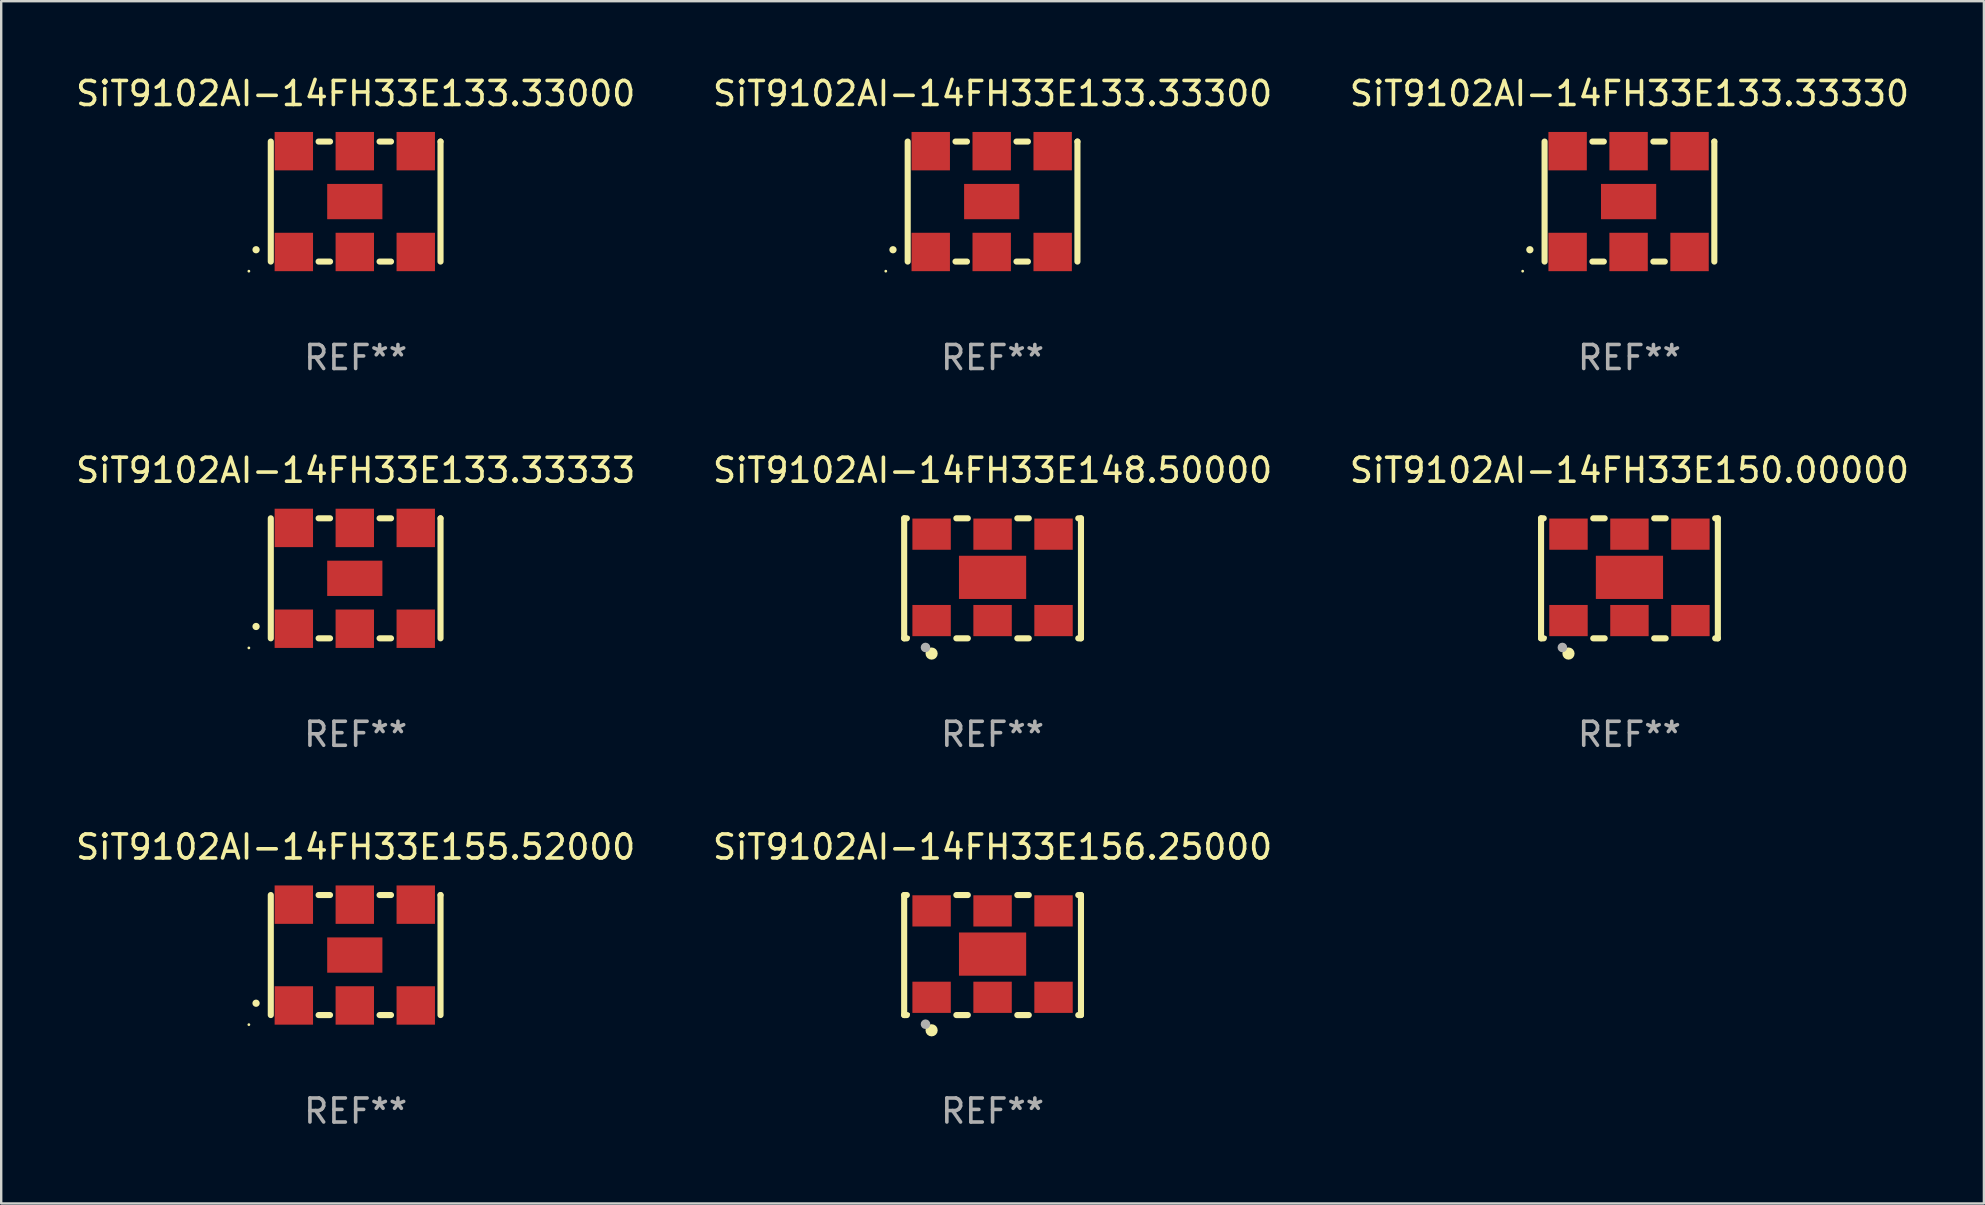
<source format=kicad_pcb>
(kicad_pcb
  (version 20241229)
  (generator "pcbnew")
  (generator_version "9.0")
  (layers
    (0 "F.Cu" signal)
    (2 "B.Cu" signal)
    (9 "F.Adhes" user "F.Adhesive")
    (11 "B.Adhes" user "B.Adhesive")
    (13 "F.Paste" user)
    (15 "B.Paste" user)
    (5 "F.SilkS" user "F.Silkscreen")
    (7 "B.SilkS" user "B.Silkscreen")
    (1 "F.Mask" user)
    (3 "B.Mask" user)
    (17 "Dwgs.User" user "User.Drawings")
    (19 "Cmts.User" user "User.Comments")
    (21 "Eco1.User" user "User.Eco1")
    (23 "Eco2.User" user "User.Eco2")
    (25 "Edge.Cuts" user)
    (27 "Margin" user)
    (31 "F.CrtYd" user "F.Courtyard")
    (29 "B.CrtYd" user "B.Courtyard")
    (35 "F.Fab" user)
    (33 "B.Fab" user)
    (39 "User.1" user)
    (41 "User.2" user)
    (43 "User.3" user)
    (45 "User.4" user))
  (footprint "SiT9102AI-14FH33E133.33300"
    (layer "F.Cu")
    (at 38.304 5.348)
    (property "Reference" "SiT9102AI-14FH33E133.33300" (at 0 -4.5 0) (layer "F.SilkS") (effects (font (size 1 1) (thickness 0.15))))
    (attr through_hole)
    (fp_line (start -3.536 -2.5) (end -3.536 2.5) (stroke (width 0.254) (type solid)) (layer "F.SilkS"))
    (fp_line (start -1.544 2.5) (end -1.067 2.5) (stroke (width 0.254) (type solid)) (layer "F.SilkS"))
    (fp_line (start -1.067 -2.5) (end -1.544 -2.5) (stroke (width 0.254) (type solid)) (layer "F.SilkS"))
    (fp_line (start 0.996 2.5) (end 1.473 2.5) (stroke (width 0.254) (type solid)) (layer "F.SilkS"))
    (fp_line (start 1.473 -2.5) (end 0.996 -2.5) (stroke (width 0.254) (type solid)) (layer "F.SilkS"))
    (fp_line (start 3.536 -2.5) (end 3.536 -2.5) (stroke (width 0.254) (type solid)) (layer "F.SilkS"))
    (fp_line (start 3.536 2.5) (end 3.536 -2.5) (stroke (width 0.254) (type solid)) (layer "F.SilkS"))
    (fp_arc (start -4.150432 2.006604) (mid -4.149162 2.006599) (end -4.147892 2.006604) (stroke (width 0.3) (type solid)) (layer "F.SilkS"))
    (fp_circle (center -4.449 2.9) (end -4.419 2.9) (stroke (width 0.06) (type solid)) (fill no) (layer "F.SilkS"))
    (fp_text user "REF**" (at 0 6.5 0) (layer "F.Fab") (effects (font (size 1 1) (thickness 0.15))))
    (pad "1" smd rect (at -2.576 2.1) (size 1.6 1.6) (layers "F.Cu" "F.Mask" "F.Paste"))
    (pad "2" smd rect (at -0.036 2.1) (size 1.6 1.6) (layers "F.Cu" "F.Mask" "F.Paste"))
    (pad "3" smd rect (at 2.504 2.1) (size 1.6 1.6) (layers "F.Cu" "F.Mask" "F.Paste"))
    (pad "4" smd rect (at 2.504 -2.1) (size 1.6 1.6) (layers "F.Cu" "F.Mask" "F.Paste"))
    (pad "5" smd rect (at -0.036 -2.1) (size 1.6 1.6) (layers "F.Cu" "F.Mask" "F.Paste"))
    (pad "6" smd rect (at -2.576 -2.1) (size 1.6 1.6) (layers "F.Cu" "F.Mask" "F.Paste"))
    (pad "7" smd rect (at -0.036 0) (size 2.3 1.47) (layers "F.Cu" "F.Mask" "F.Paste")))
  (footprint "SiT9102AI-14FH33E133.33333"
    (layer "F.Cu")
    (at 11.768 21.045)
    (property "Reference" "SiT9102AI-14FH33E133.33333" (at 0 -4.5 0) (layer "F.SilkS") (effects (font (size 1 1) (thickness 0.15))))
    (attr through_hole)
    (fp_line (start -3.536 -2.5) (end -3.536 2.5) (stroke (width 0.254) (type solid)) (layer "F.SilkS"))
    (fp_line (start -1.544 2.5) (end -1.067 2.5) (stroke (width 0.254) (type solid)) (layer "F.SilkS"))
    (fp_line (start -1.067 -2.5) (end -1.544 -2.5) (stroke (width 0.254) (type solid)) (layer "F.SilkS"))
    (fp_line (start 0.996 2.5) (end 1.473 2.5) (stroke (width 0.254) (type solid)) (layer "F.SilkS"))
    (fp_line (start 1.473 -2.5) (end 0.996 -2.5) (stroke (width 0.254) (type solid)) (layer "F.SilkS"))
    (fp_line (start 3.536 -2.5) (end 3.536 -2.5) (stroke (width 0.254) (type solid)) (layer "F.SilkS"))
    (fp_line (start 3.536 2.5) (end 3.536 -2.5) (stroke (width 0.254) (type solid)) (layer "F.SilkS"))
    (fp_arc (start -4.150432 2.006604) (mid -4.149162 2.006599) (end -4.147892 2.006604) (stroke (width 0.3) (type solid)) (layer "F.SilkS"))
    (fp_circle (center -4.449 2.9) (end -4.419 2.9) (stroke (width 0.06) (type solid)) (fill no) (layer "F.SilkS"))
    (fp_text user "REF**" (at 0 6.5 0) (layer "F.Fab") (effects (font (size 1 1) (thickness 0.15))))
    (pad "1" smd rect (at -2.576 2.1) (size 1.6 1.6) (layers "F.Cu" "F.Mask" "F.Paste"))
    (pad "2" smd rect (at -0.036 2.1) (size 1.6 1.6) (layers "F.Cu" "F.Mask" "F.Paste"))
    (pad "3" smd rect (at 2.504 2.1) (size 1.6 1.6) (layers "F.Cu" "F.Mask" "F.Paste"))
    (pad "4" smd rect (at 2.504 -2.1) (size 1.6 1.6) (layers "F.Cu" "F.Mask" "F.Paste"))
    (pad "5" smd rect (at -0.036 -2.1) (size 1.6 1.6) (layers "F.Cu" "F.Mask" "F.Paste"))
    (pad "6" smd rect (at -2.576 -2.1) (size 1.6 1.6) (layers "F.Cu" "F.Mask" "F.Paste"))
    (pad "7" smd rect (at -0.036 0) (size 2.3 1.47) (layers "F.Cu" "F.Mask" "F.Paste")))
  (footprint "SiT9102AI-14FH33E150.00000"
    (layer "F.Cu")
    (at 64.839 21.045)
    (property "Reference" "SiT9102AI-14FH33E150.00000" (at 0 -4.5 0) (layer "F.SilkS") (effects (font (size 1 1) (thickness 0.15))))
    (attr through_hole)
    (fp_line (start -3.683 -2.5) (end -3.571 -2.5) (stroke (width 0.254) (type solid)) (layer "F.SilkS"))
    (fp_line (start -3.683 2.5) (end -3.683 -2.5) (stroke (width 0.254) (type solid)) (layer "F.SilkS"))
    (fp_line (start -3.683 2.5) (end -3.571 2.5) (stroke (width 0.254) (type solid)) (layer "F.SilkS"))
    (fp_line (start -1.509 -2.5) (end -1.031 -2.5) (stroke (width 0.254) (type solid)) (layer "F.SilkS"))
    (fp_line (start -1.509 2.5) (end -1.031 2.5) (stroke (width 0.254) (type solid)) (layer "F.SilkS"))
    (fp_line (start 1.031 -2.5) (end 1.509 -2.5) (stroke (width 0.254) (type solid)) (layer "F.SilkS"))
    (fp_line (start 1.031 2.5) (end 1.509 2.5) (stroke (width 0.254) (type solid)) (layer "F.SilkS"))
    (fp_line (start 3.571 -2.5) (end 3.683 -2.5) (stroke (width 0.254) (type solid)) (layer "F.SilkS"))
    (fp_line (start 3.571 2.5) (end 3.683 2.5) (stroke (width 0.254) (type solid)) (layer "F.SilkS"))
    (fp_line (start 3.683 2.5) (end 3.683 -2.5) (stroke (width 0.254) (type solid)) (layer "F.SilkS"))
    (fp_circle (center -3.5 2.46) (end -3.47 2.46) (stroke (width 0.06) (type solid)) (fill no) (layer "F.SilkS"))
    (fp_circle (center -2.54 3.135) (end -2.413 3.135) (stroke (width 0.254) (type solid)) (fill no) (layer "F.SilkS"))
    (fp_circle (center -2.794 2.881) (end -2.694 2.881) (stroke (width 0.2) (type solid)) (fill no) (layer "F.Fab"))
    (fp_text user "REF**" (at 0 6.5 0) (layer "F.Fab") (effects (font (size 1 1) (thickness 0.15))))
    (pad "1" smd rect (at -2.54 1.76) (size 1.6 1.3) (layers "F.Cu" "F.Mask" "F.Paste"))
    (pad "2" smd rect (at 0 1.76) (size 1.6 1.3) (layers "F.Cu" "F.Mask" "F.Paste"))
    (pad "3" smd rect (at 2.54 1.76) (size 1.6 1.3) (layers "F.Cu" "F.Mask" "F.Paste"))
    (pad "4" smd rect (at 2.54 -1.84) (size 1.6 1.3) (layers "F.Cu" "F.Mask" "F.Paste"))
    (pad "5" smd rect (at 0 -1.84) (size 1.6 1.3) (layers "F.Cu" "F.Mask" "F.Paste"))
    (pad "6" smd rect (at -2.54 -1.84) (size 1.6 1.3) (layers "F.Cu" "F.Mask" "F.Paste"))
    (pad "7" smd rect (at 0 -0.04) (size 2.8 1.8) (layers "F.Cu" "F.Mask" "F.Paste")))
  (footprint "SiT9102AI-14FH33E156.25000"
    (layer "F.Cu")
    (at 38.304 36.741)
    (property "Reference" "SiT9102AI-14FH33E156.25000" (at 0 -4.5 0) (layer "F.SilkS") (effects (font (size 1 1) (thickness 0.15))))
    (attr through_hole)
    (fp_line (start -3.683 -2.5) (end -3.571 -2.5) (stroke (width 0.254) (type solid)) (layer "F.SilkS"))
    (fp_line (start -3.683 2.5) (end -3.683 -2.5) (stroke (width 0.254) (type solid)) (layer "F.SilkS"))
    (fp_line (start -3.683 2.5) (end -3.571 2.5) (stroke (width 0.254) (type solid)) (layer "F.SilkS"))
    (fp_line (start -1.509 -2.5) (end -1.031 -2.5) (stroke (width 0.254) (type solid)) (layer "F.SilkS"))
    (fp_line (start -1.509 2.5) (end -1.031 2.5) (stroke (width 0.254) (type solid)) (layer "F.SilkS"))
    (fp_line (start 1.031 -2.5) (end 1.509 -2.5) (stroke (width 0.254) (type solid)) (layer "F.SilkS"))
    (fp_line (start 1.031 2.5) (end 1.509 2.5) (stroke (width 0.254) (type solid)) (layer "F.SilkS"))
    (fp_line (start 3.571 -2.5) (end 3.683 -2.5) (stroke (width 0.254) (type solid)) (layer "F.SilkS"))
    (fp_line (start 3.571 2.5) (end 3.683 2.5) (stroke (width 0.254) (type solid)) (layer "F.SilkS"))
    (fp_line (start 3.683 2.5) (end 3.683 -2.5) (stroke (width 0.254) (type solid)) (layer "F.SilkS"))
    (fp_circle (center -3.5 2.46) (end -3.47 2.46) (stroke (width 0.06) (type solid)) (fill no) (layer "F.SilkS"))
    (fp_circle (center -2.54 3.135) (end -2.413 3.135) (stroke (width 0.254) (type solid)) (fill no) (layer "F.SilkS"))
    (fp_circle (center -2.794 2.881) (end -2.694 2.881) (stroke (width 0.2) (type solid)) (fill no) (layer "F.Fab"))
    (fp_text user "REF**" (at 0 6.5 0) (layer "F.Fab") (effects (font (size 1 1) (thickness 0.15))))
    (pad "1" smd rect (at -2.54 1.76) (size 1.6 1.3) (layers "F.Cu" "F.Mask" "F.Paste"))
    (pad "2" smd rect (at 0 1.76) (size 1.6 1.3) (layers "F.Cu" "F.Mask" "F.Paste"))
    (pad "3" smd rect (at 2.54 1.76) (size 1.6 1.3) (layers "F.Cu" "F.Mask" "F.Paste"))
    (pad "4" smd rect (at 2.54 -1.84) (size 1.6 1.3) (layers "F.Cu" "F.Mask" "F.Paste"))
    (pad "5" smd rect (at 0 -1.84) (size 1.6 1.3) (layers "F.Cu" "F.Mask" "F.Paste"))
    (pad "6" smd rect (at -2.54 -1.84) (size 1.6 1.3) (layers "F.Cu" "F.Mask" "F.Paste"))
    (pad "7" smd rect (at 0 -0.04) (size 2.8 1.8) (layers "F.Cu" "F.Mask" "F.Paste")))
  (footprint "SiT9102AI-14FH33E155.52000"
    (layer "F.Cu")
    (at 11.768 36.741)
    (property "Reference" "SiT9102AI-14FH33E155.52000" (at 0 -4.5 0) (layer "F.SilkS") (effects (font (size 1 1) (thickness 0.15))))
    (attr through_hole)
    (fp_line (start -3.536 -2.5) (end -3.536 2.5) (stroke (width 0.254) (type solid)) (layer "F.SilkS"))
    (fp_line (start -1.544 2.5) (end -1.067 2.5) (stroke (width 0.254) (type solid)) (layer "F.SilkS"))
    (fp_line (start -1.067 -2.5) (end -1.544 -2.5) (stroke (width 0.254) (type solid)) (layer "F.SilkS"))
    (fp_line (start 0.996 2.5) (end 1.473 2.5) (stroke (width 0.254) (type solid)) (layer "F.SilkS"))
    (fp_line (start 1.473 -2.5) (end 0.996 -2.5) (stroke (width 0.254) (type solid)) (layer "F.SilkS"))
    (fp_line (start 3.536 -2.5) (end 3.536 -2.5) (stroke (width 0.254) (type solid)) (layer "F.SilkS"))
    (fp_line (start 3.536 2.5) (end 3.536 -2.5) (stroke (width 0.254) (type solid)) (layer "F.SilkS"))
    (fp_arc (start -4.150432 2.006604) (mid -4.149162 2.006599) (end -4.147892 2.006604) (stroke (width 0.3) (type solid)) (layer "F.SilkS"))
    (fp_circle (center -4.449 2.9) (end -4.419 2.9) (stroke (width 0.06) (type solid)) (fill no) (layer "F.SilkS"))
    (fp_text user "REF**" (at 0 6.5 0) (layer "F.Fab") (effects (font (size 1 1) (thickness 0.15))))
    (pad "1" smd rect (at -2.576 2.1) (size 1.6 1.6) (layers "F.Cu" "F.Mask" "F.Paste"))
    (pad "2" smd rect (at -0.036 2.1) (size 1.6 1.6) (layers "F.Cu" "F.Mask" "F.Paste"))
    (pad "3" smd rect (at 2.504 2.1) (size 1.6 1.6) (layers "F.Cu" "F.Mask" "F.Paste"))
    (pad "4" smd rect (at 2.504 -2.1) (size 1.6 1.6) (layers "F.Cu" "F.Mask" "F.Paste"))
    (pad "5" smd rect (at -0.036 -2.1) (size 1.6 1.6) (layers "F.Cu" "F.Mask" "F.Paste"))
    (pad "6" smd rect (at -2.576 -2.1) (size 1.6 1.6) (layers "F.Cu" "F.Mask" "F.Paste"))
    (pad "7" smd rect (at -0.036 0) (size 2.3 1.47) (layers "F.Cu" "F.Mask" "F.Paste")))
  (footprint "SiT9102AI-14FH33E148.50000"
    (layer "F.Cu")
    (at 38.304 21.045)
    (property "Reference" "SiT9102AI-14FH33E148.50000" (at 0 -4.5 0) (layer "F.SilkS") (effects (font (size 1 1) (thickness 0.15))))
    (attr through_hole)
    (fp_line (start -3.683 -2.5) (end -3.571 -2.5) (stroke (width 0.254) (type solid)) (layer "F.SilkS"))
    (fp_line (start -3.683 2.5) (end -3.683 -2.5) (stroke (width 0.254) (type solid)) (layer "F.SilkS"))
    (fp_line (start -3.683 2.5) (end -3.571 2.5) (stroke (width 0.254) (type solid)) (layer "F.SilkS"))
    (fp_line (start -1.509 -2.5) (end -1.031 -2.5) (stroke (width 0.254) (type solid)) (layer "F.SilkS"))
    (fp_line (start -1.509 2.5) (end -1.031 2.5) (stroke (width 0.254) (type solid)) (layer "F.SilkS"))
    (fp_line (start 1.031 -2.5) (end 1.509 -2.5) (stroke (width 0.254) (type solid)) (layer "F.SilkS"))
    (fp_line (start 1.031 2.5) (end 1.509 2.5) (stroke (width 0.254) (type solid)) (layer "F.SilkS"))
    (fp_line (start 3.571 -2.5) (end 3.683 -2.5) (stroke (width 0.254) (type solid)) (layer "F.SilkS"))
    (fp_line (start 3.571 2.5) (end 3.683 2.5) (stroke (width 0.254) (type solid)) (layer "F.SilkS"))
    (fp_line (start 3.683 2.5) (end 3.683 -2.5) (stroke (width 0.254) (type solid)) (layer "F.SilkS"))
    (fp_circle (center -3.5 2.46) (end -3.47 2.46) (stroke (width 0.06) (type solid)) (fill no) (layer "F.SilkS"))
    (fp_circle (center -2.54 3.135) (end -2.413 3.135) (stroke (width 0.254) (type solid)) (fill no) (layer "F.SilkS"))
    (fp_circle (center -2.794 2.881) (end -2.694 2.881) (stroke (width 0.2) (type solid)) (fill no) (layer "F.Fab"))
    (fp_text user "REF**" (at 0 6.5 0) (layer "F.Fab") (effects (font (size 1 1) (thickness 0.15))))
    (pad "1" smd rect (at -2.54 1.76) (size 1.6 1.3) (layers "F.Cu" "F.Mask" "F.Paste"))
    (pad "2" smd rect (at 0 1.76) (size 1.6 1.3) (layers "F.Cu" "F.Mask" "F.Paste"))
    (pad "3" smd rect (at 2.54 1.76) (size 1.6 1.3) (layers "F.Cu" "F.Mask" "F.Paste"))
    (pad "4" smd rect (at 2.54 -1.84) (size 1.6 1.3) (layers "F.Cu" "F.Mask" "F.Paste"))
    (pad "5" smd rect (at 0 -1.84) (size 1.6 1.3) (layers "F.Cu" "F.Mask" "F.Paste"))
    (pad "6" smd rect (at -2.54 -1.84) (size 1.6 1.3) (layers "F.Cu" "F.Mask" "F.Paste"))
    (pad "7" smd rect (at 0 -0.04) (size 2.8 1.8) (layers "F.Cu" "F.Mask" "F.Paste")))
  (footprint "SiT9102AI-14FH33E133.33000"
    (layer "F.Cu")
    (at 11.768 5.348)
    (property "Reference" "SiT9102AI-14FH33E133.33000" (at 0 -4.5 0) (layer "F.SilkS") (effects (font (size 1 1) (thickness 0.15))))
    (attr through_hole)
    (fp_line (start -3.536 -2.5) (end -3.536 2.5) (stroke (width 0.254) (type solid)) (layer "F.SilkS"))
    (fp_line (start -1.544 2.5) (end -1.067 2.5) (stroke (width 0.254) (type solid)) (layer "F.SilkS"))
    (fp_line (start -1.067 -2.5) (end -1.544 -2.5) (stroke (width 0.254) (type solid)) (layer "F.SilkS"))
    (fp_line (start 0.996 2.5) (end 1.473 2.5) (stroke (width 0.254) (type solid)) (layer "F.SilkS"))
    (fp_line (start 1.473 -2.5) (end 0.996 -2.5) (stroke (width 0.254) (type solid)) (layer "F.SilkS"))
    (fp_line (start 3.536 -2.5) (end 3.536 -2.5) (stroke (width 0.254) (type solid)) (layer "F.SilkS"))
    (fp_line (start 3.536 2.5) (end 3.536 -2.5) (stroke (width 0.254) (type solid)) (layer "F.SilkS"))
    (fp_arc (start -4.150432 2.006604) (mid -4.149162 2.006599) (end -4.147892 2.006604) (stroke (width 0.3) (type solid)) (layer "F.SilkS"))
    (fp_circle (center -4.449 2.9) (end -4.419 2.9) (stroke (width 0.06) (type solid)) (fill no) (layer "F.SilkS"))
    (fp_text user "REF**" (at 0 6.5 0) (layer "F.Fab") (effects (font (size 1 1) (thickness 0.15))))
    (pad "1" smd rect (at -2.576 2.1) (size 1.6 1.6) (layers "F.Cu" "F.Mask" "F.Paste"))
    (pad "2" smd rect (at -0.036 2.1) (size 1.6 1.6) (layers "F.Cu" "F.Mask" "F.Paste"))
    (pad "3" smd rect (at 2.504 2.1) (size 1.6 1.6) (layers "F.Cu" "F.Mask" "F.Paste"))
    (pad "4" smd rect (at 2.504 -2.1) (size 1.6 1.6) (layers "F.Cu" "F.Mask" "F.Paste"))
    (pad "5" smd rect (at -0.036 -2.1) (size 1.6 1.6) (layers "F.Cu" "F.Mask" "F.Paste"))
    (pad "6" smd rect (at -2.576 -2.1) (size 1.6 1.6) (layers "F.Cu" "F.Mask" "F.Paste"))
    (pad "7" smd rect (at -0.036 0) (size 2.3 1.47) (layers "F.Cu" "F.Mask" "F.Paste")))
  (footprint "SiT9102AI-14FH33E133.33330"
    (layer "F.Cu")
    (at 64.839 5.348)
    (property "Reference" "SiT9102AI-14FH33E133.33330" (at 0 -4.5 0) (layer "F.SilkS") (effects (font (size 1 1) (thickness 0.15))))
    (attr through_hole)
    (fp_line (start -3.536 -2.5) (end -3.536 2.5) (stroke (width 0.254) (type solid)) (layer "F.SilkS"))
    (fp_line (start -1.544 2.5) (end -1.067 2.5) (stroke (width 0.254) (type solid)) (layer "F.SilkS"))
    (fp_line (start -1.067 -2.5) (end -1.544 -2.5) (stroke (width 0.254) (type solid)) (layer "F.SilkS"))
    (fp_line (start 0.996 2.5) (end 1.473 2.5) (stroke (width 0.254) (type solid)) (layer "F.SilkS"))
    (fp_line (start 1.473 -2.5) (end 0.996 -2.5) (stroke (width 0.254) (type solid)) (layer "F.SilkS"))
    (fp_line (start 3.536 -2.5) (end 3.536 -2.5) (stroke (width 0.254) (type solid)) (layer "F.SilkS"))
    (fp_line (start 3.536 2.5) (end 3.536 -2.5) (stroke (width 0.254) (type solid)) (layer "F.SilkS"))
    (fp_arc (start -4.150432 2.006604) (mid -4.149162 2.006599) (end -4.147892 2.006604) (stroke (width 0.3) (type solid)) (layer "F.SilkS"))
    (fp_circle (center -4.449 2.9) (end -4.419 2.9) (stroke (width 0.06) (type solid)) (fill no) (layer "F.SilkS"))
    (fp_text user "REF**" (at 0 6.5 0) (layer "F.Fab") (effects (font (size 1 1) (thickness 0.15))))
    (pad "1" smd rect (at -2.576 2.1) (size 1.6 1.6) (layers "F.Cu" "F.Mask" "F.Paste"))
    (pad "2" smd rect (at -0.036 2.1) (size 1.6 1.6) (layers "F.Cu" "F.Mask" "F.Paste"))
    (pad "3" smd rect (at 2.504 2.1) (size 1.6 1.6) (layers "F.Cu" "F.Mask" "F.Paste"))
    (pad "4" smd rect (at 2.504 -2.1) (size 1.6 1.6) (layers "F.Cu" "F.Mask" "F.Paste"))
    (pad "5" smd rect (at -0.036 -2.1) (size 1.6 1.6) (layers "F.Cu" "F.Mask" "F.Paste"))
    (pad "6" smd rect (at -2.576 -2.1) (size 1.6 1.6) (layers "F.Cu" "F.Mask" "F.Paste"))
    (pad "7" smd rect (at -0.036 0) (size 2.3 1.47) (layers "F.Cu" "F.Mask" "F.Paste")))
  (gr_rect
    (start -3 -3)
    (end 79.607 47.09)
    (stroke (width 0.1) (type default))
    (fill no)
    (layer "Edge.Cuts")))
</source>
